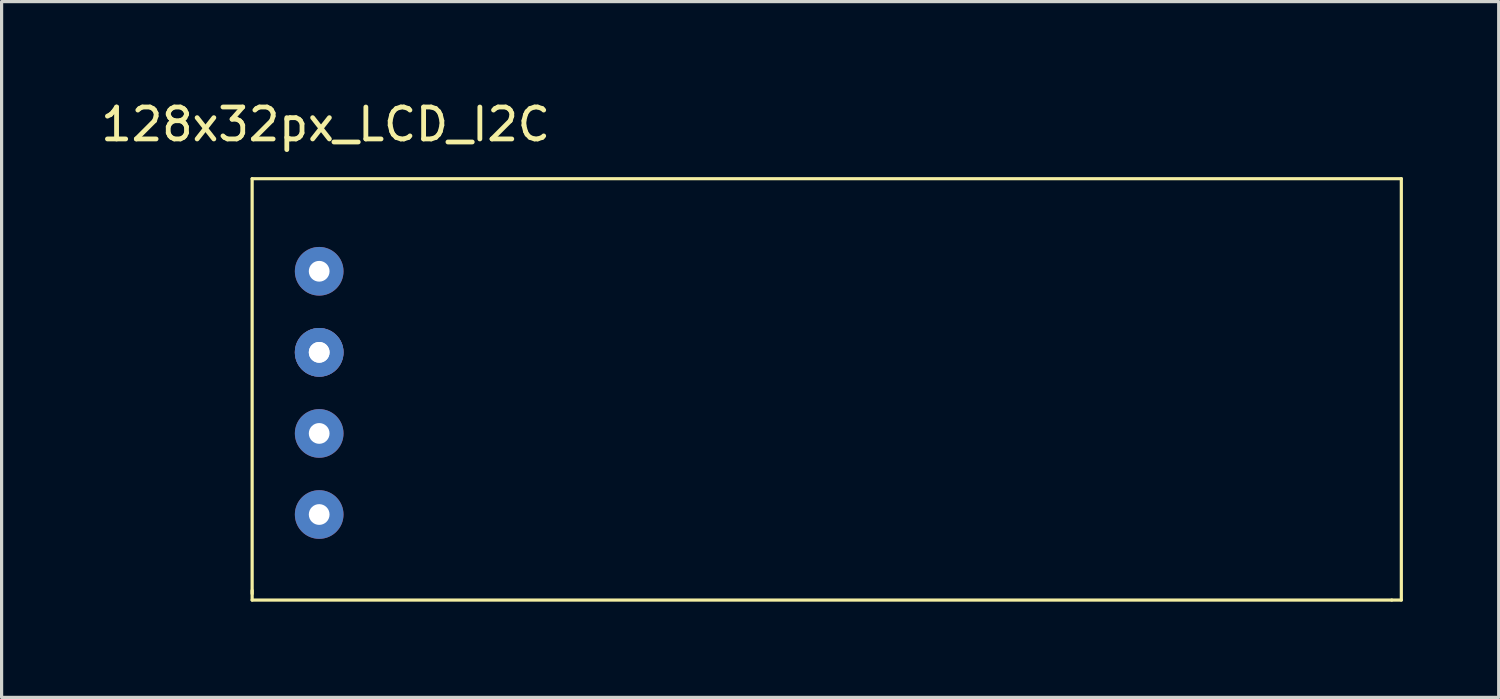
<source format=kicad_pcb>
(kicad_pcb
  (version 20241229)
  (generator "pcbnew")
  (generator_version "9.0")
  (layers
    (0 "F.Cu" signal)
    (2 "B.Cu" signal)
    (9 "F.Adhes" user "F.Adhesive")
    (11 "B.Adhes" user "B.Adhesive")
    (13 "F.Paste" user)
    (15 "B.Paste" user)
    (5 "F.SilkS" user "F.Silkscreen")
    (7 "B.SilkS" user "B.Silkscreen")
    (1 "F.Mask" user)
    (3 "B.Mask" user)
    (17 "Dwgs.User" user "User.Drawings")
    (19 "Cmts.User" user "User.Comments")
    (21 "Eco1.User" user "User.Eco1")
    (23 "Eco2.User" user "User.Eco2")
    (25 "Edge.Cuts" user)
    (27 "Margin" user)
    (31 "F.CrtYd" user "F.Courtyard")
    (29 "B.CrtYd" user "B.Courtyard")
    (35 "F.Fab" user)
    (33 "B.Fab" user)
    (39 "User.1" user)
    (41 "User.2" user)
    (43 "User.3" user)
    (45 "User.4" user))
  (footprint "128x32px_LCD_I2C"
    (layer "F.Cu")
    (at 6.849 4.648)
    (property "Reference" "128x32px_LCD_I2C" (at 0.3 -3.8 0) (layer "F.SilkS") (effects (font (size 1 1) (thickness 0.15))))
    (attr through_hole)
    (fp_line (start -2 -2.1) (end -2 10.9) (stroke (width 0.1) (type solid)) (layer "F.SilkS"))
    (fp_line (start -2 -2.1) (end 34 -2.1) (stroke (width 0.1) (type solid)) (layer "F.SilkS"))
    (fp_line (start -2 10.8) (end -2 11.1) (stroke (width 0.1) (type solid)) (layer "F.SilkS"))
    (fp_line (start -2 11.1) (end 33.7 11.1) (stroke (width 0.1) (type solid)) (layer "F.SilkS"))
    (fp_line (start 33.7 11.1) (end 34 11.1) (stroke (width 0.1) (type solid)) (layer "F.SilkS"))
    (fp_line (start 34 -2.1) (end 34 11.1) (stroke (width 0.1) (type solid)) (layer "F.SilkS"))
    (pad "1" thru_hole circle (at 0.1 0.8) (size 1.524 1.524) (drill 0.65) (layers "*.Cu" "*.Mask"))
    (pad "2" thru_hole circle (at 0.1 3.34) (size 1.524 1.524) (drill 0.65) (layers "*.Cu" "*.Mask"))
    (pad "2" thru_hole circle (at 0.1 3.34) (size 1.524 1.524) (drill 0.65) (layers "*.Cu" "*.Mask"))
    (pad "3" thru_hole circle (at 0.1 5.88) (size 1.524 1.524) (drill 0.65) (layers "*.Cu" "*.Mask"))
    (pad "4" thru_hole circle (at 0.1 8.42) (size 1.524 1.524) (drill 0.65) (layers "*.Cu" "*.Mask")))
  (gr_rect
    (start -3 -3)
    (end 43.899 18.798)
    (stroke (width 0.1) (type default))
    (fill no)
    (layer "Edge.Cuts")))
</source>
